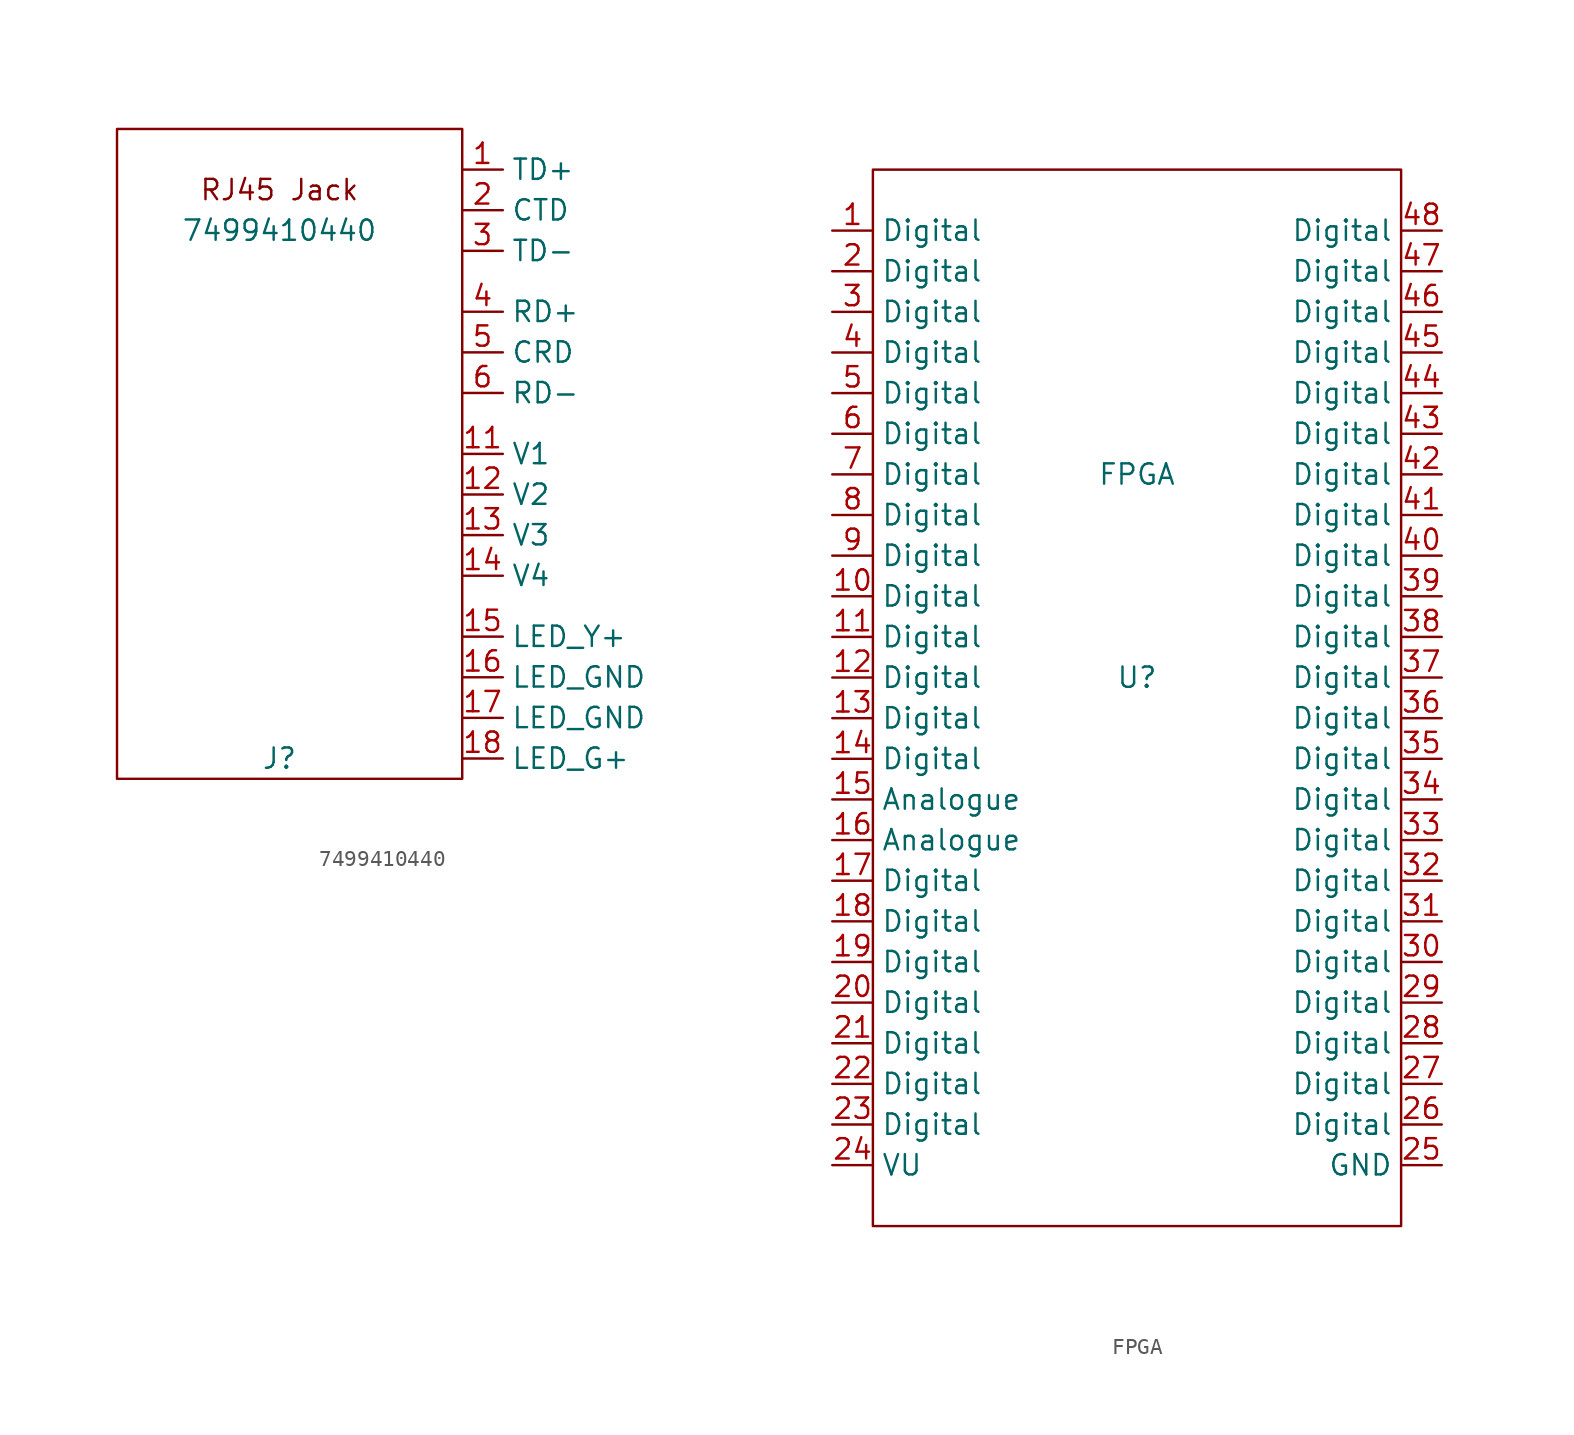
<source format=kicad_sym>
(kicad_symbol_lib
  (version 20211014)
  (generator kicad_symbol_editor)
  (symbol "7499410440"
    (property "Reference" "J"
      (at 1.27 -26.67 0)
      (effects (font (size 1.27 1.27))))
    (property "Value" "7499410440"
      (at 1.27 6.35 0)
      (effects (font (size 1.27 1.27))))
    (symbol "7499410440_0_0"
      (text "RJ45 Jack" (at 1.27 8.89 0) (effects (font (size 1.27 1.27)))))
    (symbol "7499410440_0_1"
      (rectangle (start -8.89 12.7) (end 12.7 -27.94) (stroke (width 0) (type default) (color 0 0 0 0)) (fill (type none))))
    (symbol "7499410440_1_1"
      (pin input line (at 12.7 10.16 0) (length 2.54) (name "TD+" (effects (font (size 1.27 1.27)))) (number "1" (effects (font (size 1.27 1.27)))))
      (pin input line (at 12.7 -7.62 0) (length 2.54) (name "V1" (effects (font (size 1.27 1.27)))) (number "11" (effects (font (size 1.27 1.27)))))
      (pin input line (at 12.7 -10.16 0) (length 2.54) (name "V2" (effects (font (size 1.27 1.27)))) (number "12" (effects (font (size 1.27 1.27)))))
      (pin input line (at 12.7 -12.7 0) (length 2.54) (name "V3" (effects (font (size 1.27 1.27)))) (number "13" (effects (font (size 1.27 1.27)))))
      (pin input line (at 12.7 -15.24 0) (length 2.54) (name "V4" (effects (font (size 1.27 1.27)))) (number "14" (effects (font (size 1.27 1.27)))))
      (pin input line (at 12.7 -19.05 0) (length 2.54) (name "LED_Y+" (effects (font (size 1.27 1.27)))) (number "15" (effects (font (size 1.27 1.27)))))
      (pin input line (at 12.7 -21.59 0) (length 2.54) (name "LED_GND" (effects (font (size 1.27 1.27)))) (number "16" (effects (font (size 1.27 1.27)))))
      (pin input line (at 12.7 -24.13 0) (length 2.54) (name "LED_GND" (effects (font (size 1.27 1.27)))) (number "17" (effects (font (size 1.27 1.27)))))
      (pin input line (at 12.7 -26.67 0) (length 2.54) (name "LED_G+" (effects (font (size 1.27 1.27)))) (number "18" (effects (font (size 1.27 1.27)))))
      (pin input line (at 12.7 7.62 0) (length 2.54) (name "CTD" (effects (font (size 1.27 1.27)))) (number "2" (effects (font (size 1.27 1.27)))))
      (pin input line (at 12.7 5.08 0) (length 2.54) (name "TD-" (effects (font (size 1.27 1.27)))) (number "3" (effects (font (size 1.27 1.27)))))
      (pin input line (at 12.7 1.27 0) (length 2.54) (name "RD+" (effects (font (size 1.27 1.27)))) (number "4" (effects (font (size 1.27 1.27)))))
      (pin input line (at 12.7 -1.27 0) (length 2.54) (name "CRD" (effects (font (size 1.27 1.27)))) (number "5" (effects (font (size 1.27 1.27)))))
      (pin input line (at 12.7 -3.81 0) (length 2.54) (name "RD-" (effects (font (size 1.27 1.27)))) (number "6" (effects (font (size 1.27 1.27)))))))
  (symbol "FPGA"
    (property "Reference" "U"
      (at 0 0 0)
      (effects (font (size 1.27 1.27))))
    (property "Value" "FPGA"
      (at 0 12.7 0)
      (effects (font (size 1.27 1.27))))
    (symbol "FPGA_0_1"
      (rectangle (start -16.51 31.75) (end 16.51 -34.29) (stroke (width 0) (type default) (color 0 0 0 0)) (fill (type none))))
    (symbol "FPGA_1_1"
      (pin bidirectional line (at -19.05 27.94 0) (length 2.54) (name "Digital" (effects (font (size 1.27 1.27)))) (number "1" (effects (font (size 1.27 1.27)))))
      (pin bidirectional line (at -19.05 5.08 0) (length 2.54) (name "Digital" (effects (font (size 1.27 1.27)))) (number "10" (effects (font (size 1.27 1.27)))))
      (pin bidirectional line (at -19.05 2.54 0) (length 2.54) (name "Digital" (effects (font (size 1.27 1.27)))) (number "11" (effects (font (size 1.27 1.27)))))
      (pin bidirectional line (at -19.05 0 0) (length 2.54) (name "Digital" (effects (font (size 1.27 1.27)))) (number "12" (effects (font (size 1.27 1.27)))))
      (pin bidirectional line (at -19.05 -2.54 0) (length 2.54) (name "Digital" (effects (font (size 1.27 1.27)))) (number "13" (effects (font (size 1.27 1.27)))))
      (pin bidirectional line (at -19.05 -5.08 0) (length 2.54) (name "Digital" (effects (font (size 1.27 1.27)))) (number "14" (effects (font (size 1.27 1.27)))))
      (pin input line (at -19.05 -7.62 0) (length 2.54) (name "Analogue" (effects (font (size 1.27 1.27)))) (number "15" (effects (font (size 1.27 1.27)))))
      (pin input line (at -19.05 -10.16 0) (length 2.54) (name "Analogue" (effects (font (size 1.27 1.27)))) (number "16" (effects (font (size 1.27 1.27)))))
      (pin bidirectional line (at -19.05 -12.7 0) (length 2.54) (name "Digital" (effects (font (size 1.27 1.27)))) (number "17" (effects (font (size 1.27 1.27)))))
      (pin bidirectional line (at -19.05 -15.24 0) (length 2.54) (name "Digital" (effects (font (size 1.27 1.27)))) (number "18" (effects (font (size 1.27 1.27)))))
      (pin bidirectional line (at -19.05 -17.78 0) (length 2.54) (name "Digital" (effects (font (size 1.27 1.27)))) (number "19" (effects (font (size 1.27 1.27)))))
      (pin bidirectional line (at -19.05 25.4 0) (length 2.54) (name "Digital" (effects (font (size 1.27 1.27)))) (number "2" (effects (font (size 1.27 1.27)))))
      (pin bidirectional line (at -19.05 -20.32 0) (length 2.54) (name "Digital" (effects (font (size 1.27 1.27)))) (number "20" (effects (font (size 1.27 1.27)))))
      (pin bidirectional line (at -19.05 -22.86 0) (length 2.54) (name "Digital" (effects (font (size 1.27 1.27)))) (number "21" (effects (font (size 1.27 1.27)))))
      (pin bidirectional line (at -19.05 -25.4 0) (length 2.54) (name "Digital" (effects (font (size 1.27 1.27)))) (number "22" (effects (font (size 1.27 1.27)))))
      (pin bidirectional line (at -19.05 -27.94 0) (length 2.54) (name "Digital" (effects (font (size 1.27 1.27)))) (number "23" (effects (font (size 1.27 1.27)))))
      (pin power_in line (at -19.05 -30.48 0) (length 2.54) (name "VU" (effects (font (size 1.27 1.27)))) (number "24" (effects (font (size 1.27 1.27)))))
      (pin power_in line (at 19.05 -30.48 180) (length 2.54) (name "GND" (effects (font (size 1.27 1.27)))) (number "25" (effects (font (size 1.27 1.27)))))
      (pin bidirectional line (at 19.05 -27.94 180) (length 2.54) (name "Digital" (effects (font (size 1.27 1.27)))) (number "26" (effects (font (size 1.27 1.27)))))
      (pin bidirectional line (at 19.05 -25.4 180) (length 2.54) (name "Digital" (effects (font (size 1.27 1.27)))) (number "27" (effects (font (size 1.27 1.27)))))
      (pin bidirectional line (at 19.05 -22.86 180) (length 2.54) (name "Digital" (effects (font (size 1.27 1.27)))) (number "28" (effects (font (size 1.27 1.27)))))
      (pin bidirectional line (at 19.05 -20.32 180) (length 2.54) (name "Digital" (effects (font (size 1.27 1.27)))) (number "29" (effects (font (size 1.27 1.27)))))
      (pin bidirectional line (at -19.05 22.86 0) (length 2.54) (name "Digital" (effects (font (size 1.27 1.27)))) (number "3" (effects (font (size 1.27 1.27)))))
      (pin bidirectional line (at 19.05 -17.78 180) (length 2.54) (name "Digital" (effects (font (size 1.27 1.27)))) (number "30" (effects (font (size 1.27 1.27)))))
      (pin bidirectional line (at 19.05 -15.24 180) (length 2.54) (name "Digital" (effects (font (size 1.27 1.27)))) (number "31" (effects (font (size 1.27 1.27)))))
      (pin bidirectional line (at 19.05 -12.7 180) (length 2.54) (name "Digital" (effects (font (size 1.27 1.27)))) (number "32" (effects (font (size 1.27 1.27)))))
      (pin bidirectional line (at 19.05 -10.16 180) (length 2.54) (name "Digital" (effects (font (size 1.27 1.27)))) (number "33" (effects (font (size 1.27 1.27)))))
      (pin bidirectional line (at 19.05 -7.62 180) (length 2.54) (name "Digital" (effects (font (size 1.27 1.27)))) (number "34" (effects (font (size 1.27 1.27)))))
      (pin bidirectional line (at 19.05 -5.08 180) (length 2.54) (name "Digital" (effects (font (size 1.27 1.27)))) (number "35" (effects (font (size 1.27 1.27)))))
      (pin bidirectional line (at 19.05 -2.54 180) (length 2.54) (name "Digital" (effects (font (size 1.27 1.27)))) (number "36" (effects (font (size 1.27 1.27)))))
      (pin bidirectional line (at 19.05 0 180) (length 2.54) (name "Digital" (effects (font (size 1.27 1.27)))) (number "37" (effects (font (size 1.27 1.27)))))
      (pin bidirectional line (at 19.05 2.54 180) (length 2.54) (name "Digital" (effects (font (size 1.27 1.27)))) (number "38" (effects (font (size 1.27 1.27)))))
      (pin bidirectional line (at 19.05 5.08 180) (length 2.54) (name "Digital" (effects (font (size 1.27 1.27)))) (number "39" (effects (font (size 1.27 1.27)))))
      (pin bidirectional line (at -19.05 20.32 0) (length 2.54) (name "Digital" (effects (font (size 1.27 1.27)))) (number "4" (effects (font (size 1.27 1.27)))))
      (pin bidirectional line (at 19.05 7.62 180) (length 2.54) (name "Digital" (effects (font (size 1.27 1.27)))) (number "40" (effects (font (size 1.27 1.27)))))
      (pin bidirectional line (at 19.05 10.16 180) (length 2.54) (name "Digital" (effects (font (size 1.27 1.27)))) (number "41" (effects (font (size 1.27 1.27)))))
      (pin bidirectional line (at 19.05 12.7 180) (length 2.54) (name "Digital" (effects (font (size 1.27 1.27)))) (number "42" (effects (font (size 1.27 1.27)))))
      (pin bidirectional line (at 19.05 15.24 180) (length 2.54) (name "Digital" (effects (font (size 1.27 1.27)))) (number "43" (effects (font (size 1.27 1.27)))))
      (pin bidirectional line (at 19.05 17.78 180) (length 2.54) (name "Digital" (effects (font (size 1.27 1.27)))) (number "44" (effects (font (size 1.27 1.27)))))
      (pin bidirectional line (at 19.05 20.32 180) (length 2.54) (name "Digital" (effects (font (size 1.27 1.27)))) (number "45" (effects (font (size 1.27 1.27)))))
      (pin bidirectional line (at 19.05 22.86 180) (length 2.54) (name "Digital" (effects (font (size 1.27 1.27)))) (number "46" (effects (font (size 1.27 1.27)))))
      (pin bidirectional line (at 19.05 25.4 180) (length 2.54) (name "Digital" (effects (font (size 1.27 1.27)))) (number "47" (effects (font (size 1.27 1.27)))))
      (pin bidirectional line (at 19.05 27.94 180) (length 2.54) (name "Digital" (effects (font (size 1.27 1.27)))) (number "48" (effects (font (size 1.27 1.27)))))
      (pin bidirectional line (at -19.05 17.78 0) (length 2.54) (name "Digital" (effects (font (size 1.27 1.27)))) (number "5" (effects (font (size 1.27 1.27)))))
      (pin bidirectional line (at -19.05 15.24 0) (length 2.54) (name "Digital" (effects (font (size 1.27 1.27)))) (number "6" (effects (font (size 1.27 1.27)))))
      (pin bidirectional line (at -19.05 12.7 0) (length 2.54) (name "Digital" (effects (font (size 1.27 1.27)))) (number "7" (effects (font (size 1.27 1.27)))))
      (pin bidirectional line (at -19.05 10.16 0) (length 2.54) (name "Digital" (effects (font (size 1.27 1.27)))) (number "8" (effects (font (size 1.27 1.27)))))
      (pin bidirectional line (at -19.05 7.62 0) (length 2.54) (name "Digital" (effects (font (size 1.27 1.27)))) (number "9" (effects (font (size 1.27 1.27))))))))
</source>
